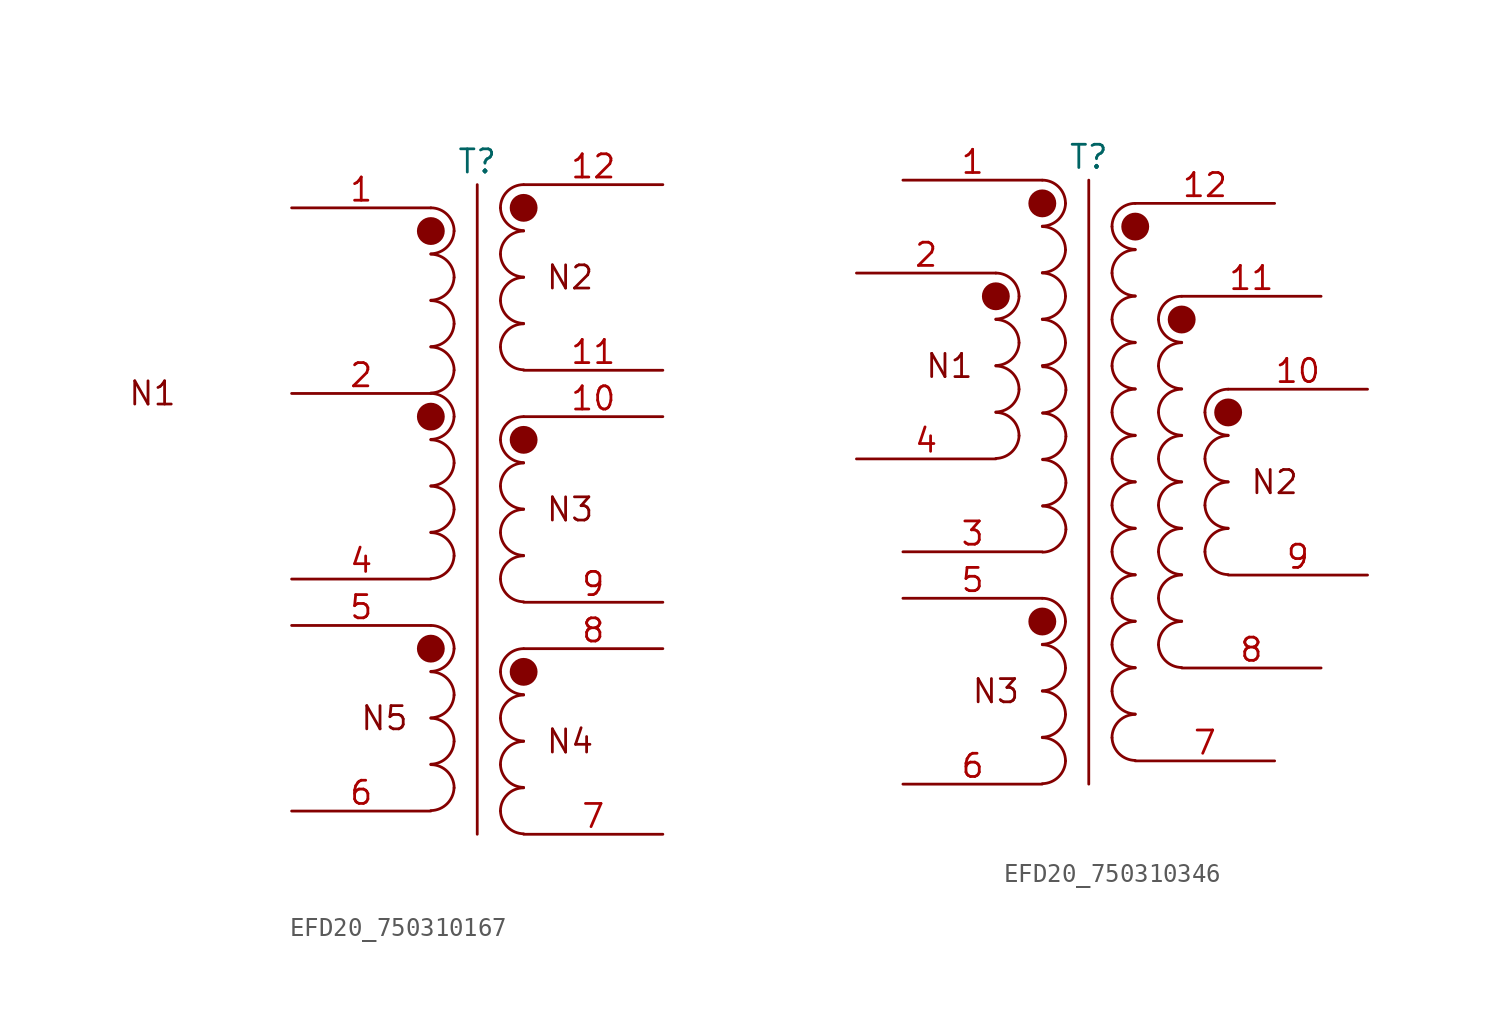
<source format=kicad_sym>
(kicad_symbol_lib
  (version 20220914)
  (generator kicad_symbol_editor)
  (symbol "EFD20_750310167"
    (pin_names hide)
    (property "Reference" "T"
      (at 0 19.05 0)
      (effects (font (size 1.27 1.27))))
    (property "Critical Parameter" ""
      (at 0 -10.16 0)
      (effects (font (size 1.27 1.27)) (justify left)))
    (symbol "EFD20_750310167_0_1"
      (arc (start -2.54 -16.4846) (mid -1.6561 -16.1163) (end -1.27 -15.24) (stroke (width 0) (type default)) (fill (type none)))
      (arc (start -2.54 -13.9446) (mid -1.6561 -13.5763) (end -1.27 -12.7) (stroke (width 0) (type default)) (fill (type none)))
      (arc (start -2.54 -11.4046) (mid -1.6561 -11.0363) (end -1.27 -10.16) (stroke (width 0) (type default)) (fill (type none)))
      (arc (start -2.54 -8.8646) (mid -1.6561 -8.4963) (end -1.27 -7.62) (stroke (width 0) (type default)) (fill (type none)))
      (arc (start -2.54 -3.7846) (mid -1.6561 -3.4163) (end -1.27 -2.54) (stroke (width 0) (type default)) (fill (type none)))
      (arc (start -2.54 -1.2446) (mid -1.6561 -0.8763) (end -1.27 0) (stroke (width 0) (type default)) (fill (type none)))
      (arc (start -2.54 1.2954) (mid -1.6561 1.6637) (end -1.27 2.54) (stroke (width 0) (type default)) (fill (type none)))
      (arc (start -2.54 3.8354) (mid -1.6561 4.2037) (end -1.27 5.08) (stroke (width 0) (type default)) (fill (type none)))
      (arc (start -2.54 6.3754) (mid -1.6561 6.7437) (end -1.27 7.62) (stroke (width 0) (type default)) (fill (type none)))
      (arc (start -2.54 8.9154) (mid -1.6561 9.2837) (end -1.27 10.16) (stroke (width 0) (type default)) (fill (type none)))
      (arc (start -2.54 11.4554) (mid -1.6561 11.8237) (end -1.27 12.7) (stroke (width 0) (type default)) (fill (type none)))
      (arc (start -2.54 13.9954) (mid -1.6561 14.3637) (end -1.27 15.24) (stroke (width 0) (type default)) (fill (type none)))
      (arc (start -1.27 -15.24) (mid -1.642 -14.342) (end -2.54 -13.97) (stroke (width 0) (type default)) (fill (type none)))
      (arc (start -1.27 -12.7) (mid -1.642 -11.802) (end -2.54 -11.43) (stroke (width 0) (type default)) (fill (type none)))
      (arc (start -1.27 -10.16) (mid -1.642 -9.262) (end -2.54 -8.89) (stroke (width 0) (type default)) (fill (type none)))
      (arc (start -1.27 -7.62) (mid -1.642 -6.722) (end -2.54 -6.35) (stroke (width 0) (type default)) (fill (type none)))
      (arc (start -1.27 -2.54) (mid -1.642 -1.642) (end -2.54 -1.27) (stroke (width 0) (type default)) (fill (type none)))
      (arc (start -1.27 0) (mid -1.642 0.898) (end -2.54 1.27) (stroke (width 0) (type default)) (fill (type none)))
      (arc (start -1.27 2.54) (mid -1.642 3.438) (end -2.54 3.81) (stroke (width 0) (type default)) (fill (type none)))
      (arc (start -1.27 5.08) (mid -1.642 5.978) (end -2.54 6.35) (stroke (width 0) (type default)) (fill (type none)))
      (arc (start -1.27 7.62) (mid -1.642 8.518) (end -2.54 8.89) (stroke (width 0) (type default)) (fill (type none)))
      (arc (start -1.27 10.16) (mid -1.642 11.058) (end -2.54 11.43) (stroke (width 0) (type default)) (fill (type none)))
      (arc (start -1.27 12.7) (mid -1.642 13.598) (end -2.54 13.97) (stroke (width 0) (type default)) (fill (type none)))
      (arc (start -1.27 15.24) (mid -1.642 16.138) (end -2.54 16.51) (stroke (width 0) (type default)) (fill (type none)))
      (polyline (pts (xy 0 -17.78) (xy 0 17.78)) (stroke (width 0) (type default)) (fill (type none)))
      (arc (start 1.27 -16.51) (mid 1.6561 -17.3863) (end 2.54 -17.7546) (stroke (width 0) (type default)) (fill (type none)))
      (arc (start 1.27 -13.97) (mid 1.6561 -14.8463) (end 2.54 -15.2146) (stroke (width 0) (type default)) (fill (type none)))
      (arc (start 1.27 -11.43) (mid 1.6561 -12.3063) (end 2.54 -12.6746) (stroke (width 0) (type default)) (fill (type none)))
      (arc (start 1.27 -8.89) (mid 1.6561 -9.7663) (end 2.54 -10.1346) (stroke (width 0) (type default)) (fill (type none)))
      (arc (start 1.27 -3.81) (mid 1.6561 -4.6863) (end 2.54 -5.0546) (stroke (width 0) (type default)) (fill (type none)))
      (arc (start 1.27 -1.27) (mid 1.6561 -2.1463) (end 2.54 -2.5146) (stroke (width 0) (type default)) (fill (type none)))
      (arc (start 1.27 1.27) (mid 1.6561 0.3937) (end 2.54 0.0254) (stroke (width 0) (type default)) (fill (type none)))
      (arc (start 1.27 3.81) (mid 1.6561 2.9337) (end 2.54 2.5654) (stroke (width 0) (type default)) (fill (type none)))
      (arc (start 1.27 8.89) (mid 1.6561 8.0137) (end 2.54 7.6454) (stroke (width 0) (type default)) (fill (type none)))
      (arc (start 1.27 11.43) (mid 1.6561 10.5537) (end 2.54 10.1854) (stroke (width 0) (type default)) (fill (type none)))
      (arc (start 1.27 13.97) (mid 1.6561 13.0937) (end 2.54 12.7254) (stroke (width 0) (type default)) (fill (type none)))
      (arc (start 1.27 16.51) (mid 1.6561 15.6337) (end 2.54 15.2654) (stroke (width 0) (type default)) (fill (type none)))
      (arc (start 2.54 -15.24) (mid 1.642 -15.612) (end 1.27 -16.51) (stroke (width 0) (type default)) (fill (type none)))
      (arc (start 2.54 -12.7) (mid 1.642 -13.072) (end 1.27 -13.97) (stroke (width 0) (type default)) (fill (type none)))
      (arc (start 2.54 -10.16) (mid 1.642 -10.532) (end 1.27 -11.43) (stroke (width 0) (type default)) (fill (type none)))
      (arc (start 2.54 -7.62) (mid 1.642 -7.992) (end 1.27 -8.89) (stroke (width 0) (type default)) (fill (type none)))
      (arc (start 2.54 -2.54) (mid 1.642 -2.912) (end 1.27 -3.81) (stroke (width 0) (type default)) (fill (type none)))
      (arc (start 2.54 0) (mid 1.642 -0.372) (end 1.27 -1.27) (stroke (width 0) (type default)) (fill (type none)))
      (arc (start 2.54 2.54) (mid 1.642 2.168) (end 1.27 1.27) (stroke (width 0) (type default)) (fill (type none)))
      (arc (start 2.54 5.08) (mid 1.642 4.708) (end 1.27 3.81) (stroke (width 0) (type default)) (fill (type none)))
      (arc (start 2.54 10.16) (mid 1.642 9.788) (end 1.27 8.89) (stroke (width 0) (type default)) (fill (type none)))
      (arc (start 2.54 12.7) (mid 1.642 12.328) (end 1.27 11.43) (stroke (width 0) (type default)) (fill (type none)))
      (arc (start 2.54 15.24) (mid 1.642 14.868) (end 1.27 13.97) (stroke (width 0) (type default)) (fill (type none)))
      (arc (start 2.54 17.78) (mid 1.642 17.408) (end 1.27 16.51) (stroke (width 0) (type default)) (fill (type none))))
    (symbol "EFD20_750310167_1_1"
      (circle (center -2.54 -7.62) (radius 0.0001) (stroke (width 0.762) (type default)) (fill (type none)))
      (circle (center -2.54 5.08) (radius 0.0001) (stroke (width 0.762) (type default)) (fill (type none)))
      (circle (center -2.54 15.24) (radius 0.0001) (stroke (width 0.762) (type default)) (fill (type none)))
      (circle (center 2.54 -8.89) (radius 0.0001) (stroke (width 0.762) (type default)) (fill (type none)))
      (circle (center 2.54 3.81) (radius 0.0001) (stroke (width 0.762) (type default)) (fill (type none)))
      (circle (center 2.54 16.51) (radius 0.0001) (stroke (width 0.762) (type default)) (fill (type none)))
      (text "N1" (at -17.78 6.35 0) (effects (font (size 1.27 1.27))))
      (text "N2" (at 5.08 12.7 0) (effects (font (size 1.27 1.27))))
      (text "N3" (at 5.08 0 0) (effects (font (size 1.27 1.27))))
      (text "N4" (at 5.08 -12.7 0) (effects (font (size 1.27 1.27))))
      (text "N5" (at -5.08 -11.43 0) (effects (font (size 1.27 1.27))))
      (pin passive line (at -10.16 16.51 0) (length 7.62) (name "1" (effects (font (size 1.27 1.27)))) (number "1" (effects (font (size 1.27 1.27)))))
      (pin passive line (at 10.16 5.08 180) (length 7.62) (name "10" (effects (font (size 1.27 1.27)))) (number "10" (effects (font (size 1.27 1.27)))))
      (pin passive line (at 10.16 7.62 180) (length 7.62) (name "11" (effects (font (size 1.27 1.27)))) (number "11" (effects (font (size 1.27 1.27)))))
      (pin passive line (at 10.16 17.78 180) (length 7.62) (name "12" (effects (font (size 1.27 1.27)))) (number "12" (effects (font (size 1.27 1.27)))))
      (pin passive line (at -10.16 6.35 0) (length 7.62) (name "2" (effects (font (size 1.27 1.27)))) (number "2" (effects (font (size 1.27 1.27)))))
      (pin passive line (at -10.16 6.35 0) (length 7.62) hide (name "3" (effects (font (size 1.27 1.27)))) (number "3" (effects (font (size 1.27 1.27)))))
      (pin passive line (at -10.16 -3.81 0) (length 7.62) (name "4" (effects (font (size 1.27 1.27)))) (number "4" (effects (font (size 1.27 1.27)))))
      (pin passive line (at -10.16 -6.35 0) (length 7.62) (name "5" (effects (font (size 1.27 1.27)))) (number "5" (effects (font (size 1.27 1.27)))))
      (pin passive line (at -10.16 -16.51 0) (length 7.62) (name "6" (effects (font (size 1.27 1.27)))) (number "6" (effects (font (size 1.27 1.27)))))
      (pin passive line (at 10.16 -17.78 180) (length 7.62) (name "7" (effects (font (size 1.27 1.27)))) (number "7" (effects (font (size 1.27 1.27)))))
      (pin passive line (at 10.16 -7.62 180) (length 7.62) (name "8" (effects (font (size 1.27 1.27)))) (number "8" (effects (font (size 1.27 1.27)))))
      (pin passive line (at 10.16 -5.08 180) (length 7.62) (name "9" (effects (font (size 1.27 1.27)))) (number "9" (effects (font (size 1.27 1.27)))))))
  (symbol "EFD20_750310346"
    (pin_names hide)
    (property "Reference" "T"
      (at 0 17.78 0)
      (effects (font (size 1.27 1.27))))
    (property "Critical Parameter" ""
      (at 0 -10.16 0)
      (effects (font (size 1.27 1.27)) (justify left)))
    (symbol "EFD20_750310346_0_1"
      (arc (start -5.08 1.2954) (mid -4.1961 1.6637) (end -3.81 2.54) (stroke (width 0) (type default)) (fill (type none)))
      (arc (start -5.08 3.8354) (mid -4.1961 4.2037) (end -3.81 5.08) (stroke (width 0) (type default)) (fill (type none)))
      (arc (start -5.08 6.3754) (mid -4.1961 6.7437) (end -3.81 7.62) (stroke (width 0) (type default)) (fill (type none)))
      (arc (start -5.08 8.9154) (mid -4.1961 9.2837) (end -3.81 10.16) (stroke (width 0) (type default)) (fill (type none)))
      (arc (start -3.81 2.54) (mid -4.182 3.438) (end -5.08 3.81) (stroke (width 0) (type default)) (fill (type none)))
      (arc (start -3.81 5.08) (mid -4.182 5.978) (end -5.08 6.35) (stroke (width 0) (type default)) (fill (type none)))
      (arc (start -3.81 7.62) (mid -4.182 8.518) (end -5.08 8.89) (stroke (width 0) (type default)) (fill (type none)))
      (arc (start -3.81 10.16) (mid -4.182 11.058) (end -5.08 11.43) (stroke (width 0) (type default)) (fill (type none)))
      (arc (start -2.54 -16.4846) (mid -1.6561 -16.1163) (end -1.27 -15.24) (stroke (width 0) (type default)) (fill (type none)))
      (arc (start -2.54 -13.9446) (mid -1.6561 -13.5763) (end -1.27 -12.7) (stroke (width 0) (type default)) (fill (type none)))
      (arc (start -2.54 -11.4046) (mid -1.6561 -11.0363) (end -1.27 -10.16) (stroke (width 0) (type default)) (fill (type none)))
      (arc (start -2.54 -8.8646) (mid -1.6561 -8.4963) (end -1.27 -7.62) (stroke (width 0) (type default)) (fill (type none)))
      (arc (start -2.54 6.3754) (mid -1.6561 6.7437) (end -1.27 7.62) (stroke (width 0) (type default)) (fill (type none)))
      (arc (start -2.54 8.9154) (mid -1.6561 9.2837) (end -1.27 10.16) (stroke (width 0) (type default)) (fill (type none)))
      (arc (start -2.54 11.4554) (mid -1.6561 11.8237) (end -1.27 12.7) (stroke (width 0) (type default)) (fill (type none)))
      (arc (start -2.54 13.9954) (mid -1.6561 14.3637) (end -1.27 15.24) (stroke (width 0) (type default)) (fill (type none)))
      (arc (start -2.5215 -3.8291) (mid -1.6376 -3.4608) (end -1.2515 -2.5845) (stroke (width 0) (type default)) (fill (type none)))
      (arc (start -2.5215 -1.2891) (mid -1.6376 -0.9208) (end -1.2515 -0.0445) (stroke (width 0) (type default)) (fill (type none)))
      (arc (start -2.5215 1.2509) (mid -1.6376 1.6192) (end -1.2515 2.4955) (stroke (width 0) (type default)) (fill (type none)))
      (arc (start -2.5215 3.7909) (mid -1.6376 4.1592) (end -1.2515 5.0355) (stroke (width 0) (type default)) (fill (type none)))
      (arc (start -1.27 -15.24) (mid -1.642 -14.342) (end -2.54 -13.97) (stroke (width 0) (type default)) (fill (type none)))
      (arc (start -1.27 -12.7) (mid -1.642 -11.802) (end -2.54 -11.43) (stroke (width 0) (type default)) (fill (type none)))
      (arc (start -1.27 -10.16) (mid -1.642 -9.262) (end -2.54 -8.89) (stroke (width 0) (type default)) (fill (type none)))
      (arc (start -1.27 -7.62) (mid -1.642 -6.722) (end -2.54 -6.35) (stroke (width 0) (type default)) (fill (type none)))
      (arc (start -1.27 7.62) (mid -1.642 8.518) (end -2.54 8.89) (stroke (width 0) (type default)) (fill (type none)))
      (arc (start -1.27 10.16) (mid -1.642 11.058) (end -2.54 11.43) (stroke (width 0) (type default)) (fill (type none)))
      (arc (start -1.27 12.7) (mid -1.642 13.598) (end -2.54 13.97) (stroke (width 0) (type default)) (fill (type none)))
      (arc (start -1.27 15.24) (mid -1.642 16.138) (end -2.54 16.51) (stroke (width 0) (type default)) (fill (type none)))
      (arc (start -1.2515 -2.5845) (mid -1.6235 -1.6865) (end -2.5215 -1.3145) (stroke (width 0) (type default)) (fill (type none)))
      (arc (start -1.2515 -0.0445) (mid -1.6235 0.8535) (end -2.5215 1.2255) (stroke (width 0) (type default)) (fill (type none)))
      (arc (start -1.2515 2.4955) (mid -1.6235 3.3935) (end -2.5215 3.7655) (stroke (width 0) (type default)) (fill (type none)))
      (arc (start -1.2515 5.0355) (mid -1.6235 5.9335) (end -2.5215 6.3055) (stroke (width 0) (type default)) (fill (type none)))
      (polyline (pts (xy 0 -16.51) (xy 0 16.51)) (stroke (width 0) (type default)) (fill (type none)))
      (arc (start 1.27 -13.97) (mid 1.656 -14.8464) (end 2.54 -15.2146) (stroke (width 0) (type default)) (fill (type none)))
      (arc (start 1.27 -11.43) (mid 1.656 -12.3064) (end 2.54 -12.6746) (stroke (width 0) (type default)) (fill (type none)))
      (arc (start 1.27 -8.89) (mid 1.656 -9.7664) (end 2.54 -10.1346) (stroke (width 0) (type default)) (fill (type none)))
      (arc (start 1.27 -6.35) (mid 1.656 -7.2264) (end 2.54 -7.5946) (stroke (width 0) (type default)) (fill (type none)))
      (arc (start 1.27 -3.81) (mid 1.656 -4.6864) (end 2.54 -5.0546) (stroke (width 0) (type default)) (fill (type none)))
      (arc (start 1.27 -1.27) (mid 1.656 -2.1464) (end 2.54 -2.5146) (stroke (width 0) (type default)) (fill (type none)))
      (arc (start 1.27 1.27) (mid 1.656 0.3936) (end 2.54 0.0254) (stroke (width 0) (type default)) (fill (type none)))
      (arc (start 1.27 3.81) (mid 1.656 2.9336) (end 2.54 2.5654) (stroke (width 0) (type default)) (fill (type none)))
      (arc (start 1.27 6.35) (mid 1.656 5.4736) (end 2.54 5.1054) (stroke (width 0) (type default)) (fill (type none)))
      (arc (start 1.27 8.89) (mid 1.656 8.0136) (end 2.54 7.6454) (stroke (width 0) (type default)) (fill (type none)))
      (arc (start 1.27 11.43) (mid 1.656 10.5536) (end 2.54 10.1854) (stroke (width 0) (type default)) (fill (type none)))
      (arc (start 1.27 13.97) (mid 1.656 13.0936) (end 2.54 12.7254) (stroke (width 0) (type default)) (fill (type none)))
      (arc (start 2.54 -12.7) (mid 1.642 -13.072) (end 1.27 -13.97) (stroke (width 0) (type default)) (fill (type none)))
      (arc (start 2.54 -10.16) (mid 1.642 -10.532) (end 1.27 -11.43) (stroke (width 0) (type default)) (fill (type none)))
      (arc (start 2.54 -7.62) (mid 1.642 -7.992) (end 1.27 -8.89) (stroke (width 0) (type default)) (fill (type none)))
      (arc (start 2.54 -5.08) (mid 1.642 -5.452) (end 1.27 -6.35) (stroke (width 0) (type default)) (fill (type none)))
      (arc (start 2.54 -2.54) (mid 1.642 -2.912) (end 1.27 -3.81) (stroke (width 0) (type default)) (fill (type none)))
      (arc (start 2.54 0) (mid 1.642 -0.372) (end 1.27 -1.27) (stroke (width 0) (type default)) (fill (type none)))
      (arc (start 2.54 2.54) (mid 1.642 2.168) (end 1.27 1.27) (stroke (width 0) (type default)) (fill (type none)))
      (arc (start 2.54 5.08) (mid 1.642 4.708) (end 1.27 3.81) (stroke (width 0) (type default)) (fill (type none)))
      (arc (start 2.54 7.62) (mid 1.642 7.248) (end 1.27 6.35) (stroke (width 0) (type default)) (fill (type none)))
      (arc (start 2.54 10.16) (mid 1.642 9.788) (end 1.27 8.89) (stroke (width 0) (type default)) (fill (type none)))
      (arc (start 2.54 12.7) (mid 1.642 12.328) (end 1.27 11.43) (stroke (width 0) (type default)) (fill (type none)))
      (arc (start 2.54 15.24) (mid 1.642 14.868) (end 1.27 13.97) (stroke (width 0) (type default)) (fill (type none)))
      (arc (start 3.81 -8.89) (mid 4.196 -9.7664) (end 5.08 -10.1346) (stroke (width 0) (type default)) (fill (type none)))
      (arc (start 3.81 -6.35) (mid 4.196 -7.2264) (end 5.08 -7.5946) (stroke (width 0) (type default)) (fill (type none)))
      (arc (start 3.81 -3.81) (mid 4.196 -4.6864) (end 5.08 -5.0546) (stroke (width 0) (type default)) (fill (type none)))
      (arc (start 3.81 -1.27) (mid 4.196 -2.1464) (end 5.08 -2.5146) (stroke (width 0) (type default)) (fill (type none)))
      (arc (start 3.81 1.27) (mid 4.196 0.3936) (end 5.08 0.0254) (stroke (width 0) (type default)) (fill (type none)))
      (arc (start 3.81 3.81) (mid 4.196 2.9336) (end 5.08 2.5654) (stroke (width 0) (type default)) (fill (type none)))
      (arc (start 3.81 6.35) (mid 4.196 5.4736) (end 5.08 5.1054) (stroke (width 0) (type default)) (fill (type none)))
      (arc (start 3.81 8.89) (mid 4.196 8.0136) (end 5.08 7.6454) (stroke (width 0) (type default)) (fill (type none)))
      (arc (start 5.08 -7.62) (mid 4.182 -7.992) (end 3.81 -8.89) (stroke (width 0) (type default)) (fill (type none)))
      (arc (start 5.08 -5.08) (mid 4.182 -5.452) (end 3.81 -6.35) (stroke (width 0) (type default)) (fill (type none)))
      (arc (start 5.08 -2.54) (mid 4.182 -2.912) (end 3.81 -3.81) (stroke (width 0) (type default)) (fill (type none)))
      (arc (start 5.08 0) (mid 4.182 -0.372) (end 3.81 -1.27) (stroke (width 0) (type default)) (fill (type none)))
      (arc (start 5.08 2.54) (mid 4.182 2.168) (end 3.81 1.27) (stroke (width 0) (type default)) (fill (type none)))
      (arc (start 5.08 5.08) (mid 4.182 4.708) (end 3.81 3.81) (stroke (width 0) (type default)) (fill (type none)))
      (arc (start 5.08 7.62) (mid 4.182 7.248) (end 3.81 6.35) (stroke (width 0) (type default)) (fill (type none)))
      (arc (start 5.08 10.16) (mid 4.182 9.788) (end 3.81 8.89) (stroke (width 0) (type default)) (fill (type none)))
      (arc (start 6.35 -3.81) (mid 6.7361 -4.6863) (end 7.62 -5.0546) (stroke (width 0) (type default)) (fill (type none)))
      (arc (start 6.35 -1.27) (mid 6.7361 -2.1463) (end 7.62 -2.5146) (stroke (width 0) (type default)) (fill (type none)))
      (arc (start 6.35 1.27) (mid 6.7361 0.3937) (end 7.62 0.0254) (stroke (width 0) (type default)) (fill (type none)))
      (arc (start 6.35 3.81) (mid 6.7361 2.9337) (end 7.62 2.5654) (stroke (width 0) (type default)) (fill (type none)))
      (arc (start 7.62 -2.54) (mid 6.722 -2.912) (end 6.35 -3.81) (stroke (width 0) (type default)) (fill (type none)))
      (arc (start 7.62 0) (mid 6.722 -0.372) (end 6.35 -1.27) (stroke (width 0) (type default)) (fill (type none)))
      (arc (start 7.62 2.54) (mid 6.722 2.168) (end 6.35 1.27) (stroke (width 0) (type default)) (fill (type none)))
      (arc (start 7.62 5.08) (mid 6.722 4.708) (end 6.35 3.81) (stroke (width 0) (type default)) (fill (type none))))
    (symbol "EFD20_750310346_1_1"
      (circle (center -5.08 10.16) (radius 0.0001) (stroke (width 0.762) (type default)) (fill (type none)))
      (circle (center -2.54 -7.62) (radius 0.0001) (stroke (width 0.762) (type default)) (fill (type none)))
      (circle (center -2.54 15.24) (radius 0.0001) (stroke (width 0.762) (type default)) (fill (type none)))
      (circle (center 2.54 13.97) (radius 0.0001) (stroke (width 0.762) (type default)) (fill (type none)))
      (circle (center 5.08 8.89) (radius 0.0001) (stroke (width 0.762) (type default)) (fill (type none)))
      (circle (center 7.62 3.81) (radius 0.0001) (stroke (width 0.762) (type default)) (fill (type none)))
      (text "N1" (at -7.62 6.35 0) (effects (font (size 1.27 1.27))))
      (text "N2" (at 10.16 0 0) (effects (font (size 1.27 1.27))))
      (text "N3" (at -5.08 -11.43 0) (effects (font (size 1.27 1.27))))
      (pin passive line (at -10.16 16.51 0) (length 7.62) (name "1" (effects (font (size 1.27 1.27)))) (number "1" (effects (font (size 1.27 1.27)))))
      (pin passive line (at 15.24 5.08 180) (length 7.62) (name "10" (effects (font (size 1.27 1.27)))) (number "10" (effects (font (size 1.27 1.27)))))
      (pin passive line (at 12.7 10.16 180) (length 7.62) (name "11" (effects (font (size 1.27 1.27)))) (number "11" (effects (font (size 1.27 1.27)))))
      (pin passive line (at 10.16 15.24 180) (length 7.62) (name "12" (effects (font (size 1.27 1.27)))) (number "12" (effects (font (size 1.27 1.27)))))
      (pin passive line (at -12.7 11.43 0) (length 7.62) (name "2" (effects (font (size 1.27 1.27)))) (number "2" (effects (font (size 1.27 1.27)))))
      (pin passive line (at -10.16 -3.81 0) (length 7.62) (name "3" (effects (font (size 1.27 1.27)))) (number "3" (effects (font (size 1.27 1.27)))))
      (pin passive line (at -12.7 1.27 0) (length 7.62) (name "4" (effects (font (size 1.27 1.27)))) (number "4" (effects (font (size 1.27 1.27)))))
      (pin passive line (at -10.16 -6.35 0) (length 7.62) (name "5" (effects (font (size 1.27 1.27)))) (number "5" (effects (font (size 1.27 1.27)))))
      (pin passive line (at -10.16 -16.51 0) (length 7.62) (name "6" (effects (font (size 1.27 1.27)))) (number "6" (effects (font (size 1.27 1.27)))))
      (pin passive line (at 10.16 -15.24 180) (length 7.62) (name "7" (effects (font (size 1.27 1.27)))) (number "7" (effects (font (size 1.27 1.27)))))
      (pin passive line (at 12.7 -10.16 180) (length 7.62) (name "8" (effects (font (size 1.27 1.27)))) (number "8" (effects (font (size 1.27 1.27)))))
      (pin passive line (at 15.24 -5.08 180) (length 7.62) (name "9" (effects (font (size 1.27 1.27)))) (number "9" (effects (font (size 1.27 1.27))))))))
</source>
